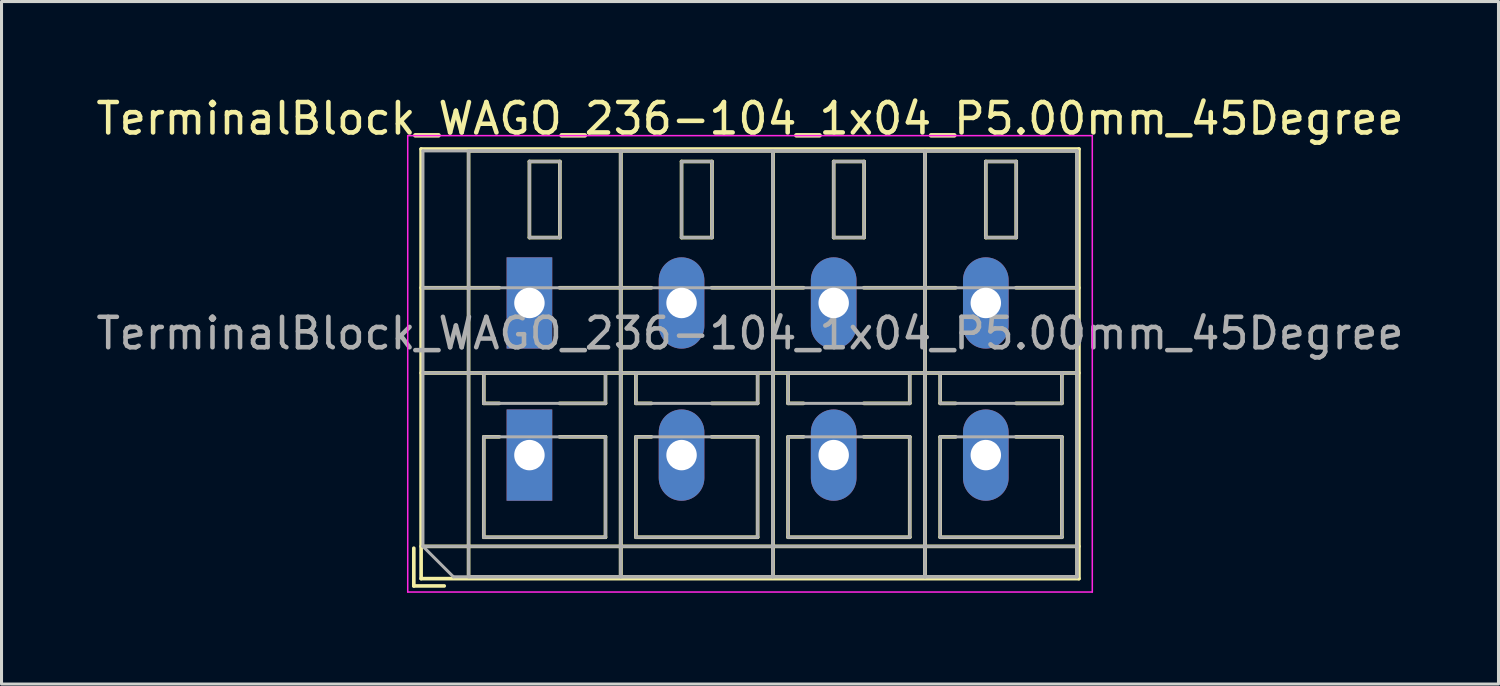
<source format=kicad_pcb>
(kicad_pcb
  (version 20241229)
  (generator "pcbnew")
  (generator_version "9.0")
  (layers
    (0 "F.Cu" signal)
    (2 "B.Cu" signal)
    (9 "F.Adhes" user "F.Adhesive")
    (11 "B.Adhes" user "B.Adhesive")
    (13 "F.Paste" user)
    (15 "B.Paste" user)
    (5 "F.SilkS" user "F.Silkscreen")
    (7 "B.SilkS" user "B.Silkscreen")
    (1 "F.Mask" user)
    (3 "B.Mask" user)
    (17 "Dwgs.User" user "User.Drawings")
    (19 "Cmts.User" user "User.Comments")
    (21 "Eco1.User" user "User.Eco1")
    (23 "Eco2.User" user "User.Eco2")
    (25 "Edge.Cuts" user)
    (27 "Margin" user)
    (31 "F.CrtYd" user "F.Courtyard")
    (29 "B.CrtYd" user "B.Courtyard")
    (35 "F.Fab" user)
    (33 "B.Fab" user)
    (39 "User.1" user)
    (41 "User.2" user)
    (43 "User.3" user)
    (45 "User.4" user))
  (footprint "TerminalBlock_WAGO_236-104_1x04_P5.00mm_45Degree"
    (layer "F.Cu")
    (at 14.351 11.908)
    (property "Reference" "TerminalBlock_WAGO_236-104_1x04_P5.00mm_45Degree" (at 7.25 -11.06 0) (layer "F.SilkS") (effects (font (size 1 1) (thickness 0.15))))
    (attr through_hole)
    (fp_line (start -3.8 3.06) (end -3.8 4.3) (stroke (width 0.12) (type solid)) (layer "F.SilkS"))
    (fp_line (start -3.8 4.3) (end -2.8 4.3) (stroke (width 0.12) (type solid)) (layer "F.SilkS"))
    (fp_line (start -3.56 -10.06) (end -3.56 4.06) (stroke (width 0.12) (type solid)) (layer "F.SilkS"))
    (fp_line (start -3.56 -10.06) (end 18.061 -10.06) (stroke (width 0.12) (type solid)) (layer "F.SilkS"))
    (fp_line (start -3.56 -5.5) (end -0.99 -5.5) (stroke (width 0.12) (type solid)) (layer "F.SilkS"))
    (fp_line (start -3.56 -2.7) (end 18.061 -2.7) (stroke (width 0.12) (type solid)) (layer "F.SilkS"))
    (fp_line (start -3.56 3) (end 18.061 3) (stroke (width 0.12) (type solid)) (layer "F.SilkS"))
    (fp_line (start -3.56 4.06) (end 18.061 4.06) (stroke (width 0.12) (type solid)) (layer "F.SilkS"))
    (fp_line (start -2 -10) (end -2 4) (stroke (width 0.12) (type solid)) (layer "F.SilkS"))
    (fp_line (start -2 -10) (end 3 -10) (stroke (width 0.12) (type solid)) (layer "F.SilkS"))
    (fp_line (start -2 4) (end 3 4) (stroke (width 0.12) (type solid)) (layer "F.SilkS"))
    (fp_line (start -1.5 -2.7) (end -1.5 -1.701) (stroke (width 0.12) (type solid)) (layer "F.SilkS"))
    (fp_line (start -1.5 -2.7) (end 2.5 -2.7) (stroke (width 0.12) (type solid)) (layer "F.SilkS"))
    (fp_line (start -1.5 -1.701) (end -0.99 -1.701) (stroke (width 0.12) (type solid)) (layer "F.SilkS"))
    (fp_line (start -1.5 -0.6) (end -1.5 2.7) (stroke (width 0.12) (type solid)) (layer "F.SilkS"))
    (fp_line (start -1.5 -0.6) (end -0.99 -0.6) (stroke (width 0.12) (type solid)) (layer "F.SilkS"))
    (fp_line (start -1.5 2.7) (end 2.5 2.7) (stroke (width 0.12) (type solid)) (layer "F.SilkS"))
    (fp_line (start 0 -9.65) (end 0 -7.15) (stroke (width 0.12) (type solid)) (layer "F.SilkS"))
    (fp_line (start 0 -9.65) (end 1 -9.65) (stroke (width 0.12) (type solid)) (layer "F.SilkS"))
    (fp_line (start 0 -7.15) (end 1 -7.15) (stroke (width 0.12) (type solid)) (layer "F.SilkS"))
    (fp_line (start 0.99 -5.5) (end 4.01 -5.5) (stroke (width 0.12) (type solid)) (layer "F.SilkS"))
    (fp_line (start 0.99 -1.701) (end 2.5 -1.701) (stroke (width 0.12) (type solid)) (layer "F.SilkS"))
    (fp_line (start 0.99 -0.6) (end 2.5 -0.6) (stroke (width 0.12) (type solid)) (layer "F.SilkS"))
    (fp_line (start 1 -9.65) (end 1 -7.15) (stroke (width 0.12) (type solid)) (layer "F.SilkS"))
    (fp_line (start 2.5 -2.7) (end 2.5 -1.701) (stroke (width 0.12) (type solid)) (layer "F.SilkS"))
    (fp_line (start 2.5 -0.6) (end 2.5 2.7) (stroke (width 0.12) (type solid)) (layer "F.SilkS"))
    (fp_line (start 3 -10) (end 3 4) (stroke (width 0.12) (type solid)) (layer "F.SilkS"))
    (fp_line (start 3 -10) (end 3 4) (stroke (width 0.12) (type solid)) (layer "F.SilkS"))
    (fp_line (start 3 -10) (end 8 -10) (stroke (width 0.12) (type solid)) (layer "F.SilkS"))
    (fp_line (start 3 4) (end 8 4) (stroke (width 0.12) (type solid)) (layer "F.SilkS"))
    (fp_line (start 3.5 -2.7) (end 3.5 -1.701) (stroke (width 0.12) (type solid)) (layer "F.SilkS"))
    (fp_line (start 3.5 -2.7) (end 7.5 -2.7) (stroke (width 0.12) (type solid)) (layer "F.SilkS"))
    (fp_line (start 3.5 -1.701) (end 4.01 -1.701) (stroke (width 0.12) (type solid)) (layer "F.SilkS"))
    (fp_line (start 3.5 -0.6) (end 3.5 2.7) (stroke (width 0.12) (type solid)) (layer "F.SilkS"))
    (fp_line (start 3.5 -0.6) (end 4.01 -0.6) (stroke (width 0.12) (type solid)) (layer "F.SilkS"))
    (fp_line (start 3.5 2.7) (end 7.5 2.7) (stroke (width 0.12) (type solid)) (layer "F.SilkS"))
    (fp_line (start 5 -9.65) (end 5 -7.15) (stroke (width 0.12) (type solid)) (layer "F.SilkS"))
    (fp_line (start 5 -9.65) (end 6 -9.65) (stroke (width 0.12) (type solid)) (layer "F.SilkS"))
    (fp_line (start 5 -7.15) (end 6 -7.15) (stroke (width 0.12) (type solid)) (layer "F.SilkS"))
    (fp_line (start 5.99 -5.5) (end 9.01 -5.5) (stroke (width 0.12) (type solid)) (layer "F.SilkS"))
    (fp_line (start 5.99 -1.701) (end 7.5 -1.701) (stroke (width 0.12) (type solid)) (layer "F.SilkS"))
    (fp_line (start 5.99 -0.6) (end 7.5 -0.6) (stroke (width 0.12) (type solid)) (layer "F.SilkS"))
    (fp_line (start 6 -9.65) (end 6 -7.15) (stroke (width 0.12) (type solid)) (layer "F.SilkS"))
    (fp_line (start 7.5 -2.7) (end 7.5 -1.701) (stroke (width 0.12) (type solid)) (layer "F.SilkS"))
    (fp_line (start 7.5 -0.6) (end 7.5 2.7) (stroke (width 0.12) (type solid)) (layer "F.SilkS"))
    (fp_line (start 8 -10) (end 8 4) (stroke (width 0.12) (type solid)) (layer "F.SilkS"))
    (fp_line (start 8 -10) (end 8 4) (stroke (width 0.12) (type solid)) (layer "F.SilkS"))
    (fp_line (start 8 -10) (end 13 -10) (stroke (width 0.12) (type solid)) (layer "F.SilkS"))
    (fp_line (start 8 4) (end 13 4) (stroke (width 0.12) (type solid)) (layer "F.SilkS"))
    (fp_line (start 8.5 -2.7) (end 8.5 -1.701) (stroke (width 0.12) (type solid)) (layer "F.SilkS"))
    (fp_line (start 8.5 -2.7) (end 12.5 -2.7) (stroke (width 0.12) (type solid)) (layer "F.SilkS"))
    (fp_line (start 8.5 -1.701) (end 9.01 -1.701) (stroke (width 0.12) (type solid)) (layer "F.SilkS"))
    (fp_line (start 8.5 -0.6) (end 8.5 2.7) (stroke (width 0.12) (type solid)) (layer "F.SilkS"))
    (fp_line (start 8.5 -0.6) (end 9.01 -0.6) (stroke (width 0.12) (type solid)) (layer "F.SilkS"))
    (fp_line (start 8.5 2.7) (end 12.5 2.7) (stroke (width 0.12) (type solid)) (layer "F.SilkS"))
    (fp_line (start 10 -9.65) (end 10 -7.15) (stroke (width 0.12) (type solid)) (layer "F.SilkS"))
    (fp_line (start 10 -9.65) (end 11 -9.65) (stroke (width 0.12) (type solid)) (layer "F.SilkS"))
    (fp_line (start 10 -7.15) (end 11 -7.15) (stroke (width 0.12) (type solid)) (layer "F.SilkS"))
    (fp_line (start 10.99 -5.5) (end 14.01 -5.5) (stroke (width 0.12) (type solid)) (layer "F.SilkS"))
    (fp_line (start 10.99 -1.701) (end 12.5 -1.701) (stroke (width 0.12) (type solid)) (layer "F.SilkS"))
    (fp_line (start 10.99 -0.6) (end 12.5 -0.6) (stroke (width 0.12) (type solid)) (layer "F.SilkS"))
    (fp_line (start 11 -9.65) (end 11 -7.15) (stroke (width 0.12) (type solid)) (layer "F.SilkS"))
    (fp_line (start 12.5 -2.7) (end 12.5 -1.701) (stroke (width 0.12) (type solid)) (layer "F.SilkS"))
    (fp_line (start 12.5 -0.6) (end 12.5 2.7) (stroke (width 0.12) (type solid)) (layer "F.SilkS"))
    (fp_line (start 13 -10) (end 13 4) (stroke (width 0.12) (type solid)) (layer "F.SilkS"))
    (fp_line (start 13 -10) (end 13 4) (stroke (width 0.12) (type solid)) (layer "F.SilkS"))
    (fp_line (start 13 -10) (end 18 -10) (stroke (width 0.12) (type solid)) (layer "F.SilkS"))
    (fp_line (start 13 4) (end 18 4) (stroke (width 0.12) (type solid)) (layer "F.SilkS"))
    (fp_line (start 13.5 -2.7) (end 13.5 -1.701) (stroke (width 0.12) (type solid)) (layer "F.SilkS"))
    (fp_line (start 13.5 -2.7) (end 17.5 -2.7) (stroke (width 0.12) (type solid)) (layer "F.SilkS"))
    (fp_line (start 13.5 -1.701) (end 14.01 -1.701) (stroke (width 0.12) (type solid)) (layer "F.SilkS"))
    (fp_line (start 13.5 -0.6) (end 13.5 2.7) (stroke (width 0.12) (type solid)) (layer "F.SilkS"))
    (fp_line (start 13.5 -0.6) (end 14.01 -0.6) (stroke (width 0.12) (type solid)) (layer "F.SilkS"))
    (fp_line (start 13.5 2.7) (end 17.5 2.7) (stroke (width 0.12) (type solid)) (layer "F.SilkS"))
    (fp_line (start 15 -9.65) (end 15 -7.15) (stroke (width 0.12) (type solid)) (layer "F.SilkS"))
    (fp_line (start 15 -9.65) (end 16 -9.65) (stroke (width 0.12) (type solid)) (layer "F.SilkS"))
    (fp_line (start 15 -7.15) (end 16 -7.15) (stroke (width 0.12) (type solid)) (layer "F.SilkS"))
    (fp_line (start 15.99 -5.5) (end 18.061 -5.5) (stroke (width 0.12) (type solid)) (layer "F.SilkS"))
    (fp_line (start 15.99 -1.701) (end 17.5 -1.701) (stroke (width 0.12) (type solid)) (layer "F.SilkS"))
    (fp_line (start 15.99 -0.6) (end 17.5 -0.6) (stroke (width 0.12) (type solid)) (layer "F.SilkS"))
    (fp_line (start 16 -9.65) (end 16 -7.15) (stroke (width 0.12) (type solid)) (layer "F.SilkS"))
    (fp_line (start 17.5 -2.7) (end 17.5 -1.701) (stroke (width 0.12) (type solid)) (layer "F.SilkS"))
    (fp_line (start 17.5 -0.6) (end 17.5 2.7) (stroke (width 0.12) (type solid)) (layer "F.SilkS"))
    (fp_line (start 18 -10) (end 18 4) (stroke (width 0.12) (type solid)) (layer "F.SilkS"))
    (fp_line (start 18.061 -10.06) (end 18.061 4.06) (stroke (width 0.12) (type solid)) (layer "F.SilkS"))
    (fp_line (start -4 -10.5) (end -4 4.5) (stroke (width 0.05) (type solid)) (layer "F.CrtYd"))
    (fp_line (start -4 4.5) (end 18.5 4.5) (stroke (width 0.05) (type solid)) (layer "F.CrtYd"))
    (fp_line (start 18.5 -10.5) (end -4 -10.5) (stroke (width 0.05) (type solid)) (layer "F.CrtYd"))
    (fp_line (start 18.5 4.5) (end 18.5 -10.5) (stroke (width 0.05) (type solid)) (layer "F.CrtYd"))
    (fp_line (start -3.5 -10) (end 18 -10) (stroke (width 0.1) (type solid)) (layer "F.Fab"))
    (fp_line (start -3.5 -5.5) (end 18 -5.5) (stroke (width 0.1) (type solid)) (layer "F.Fab"))
    (fp_line (start -3.5 -2.7) (end 18 -2.7) (stroke (width 0.1) (type solid)) (layer "F.Fab"))
    (fp_line (start -3.5 3) (end -3.5 -10) (stroke (width 0.1) (type solid)) (layer "F.Fab"))
    (fp_line (start -3.5 3) (end 18 3) (stroke (width 0.1) (type solid)) (layer "F.Fab"))
    (fp_line (start -2.5 4) (end -3.5 3) (stroke (width 0.1) (type solid)) (layer "F.Fab"))
    (fp_line (start -2 -10) (end -2 4) (stroke (width 0.1) (type solid)) (layer "F.Fab"))
    (fp_line (start -2 4) (end 3 4) (stroke (width 0.1) (type solid)) (layer "F.Fab"))
    (fp_line (start -1.5 -2.7) (end -1.5 -1.7) (stroke (width 0.1) (type solid)) (layer "F.Fab"))
    (fp_line (start -1.5 -1.7) (end 2.5 -1.7) (stroke (width 0.1) (type solid)) (layer "F.Fab"))
    (fp_line (start -1.5 -0.6) (end -1.5 2.7) (stroke (width 0.1) (type solid)) (layer "F.Fab"))
    (fp_line (start -1.5 2.7) (end 2.5 2.7) (stroke (width 0.1) (type solid)) (layer "F.Fab"))
    (fp_line (start 0 -9.65) (end 0 -7.15) (stroke (width 0.1) (type solid)) (layer "F.Fab"))
    (fp_line (start 0 -7.15) (end 1 -7.15) (stroke (width 0.1) (type solid)) (layer "F.Fab"))
    (fp_line (start 1 -9.65) (end 0 -9.65) (stroke (width 0.1) (type solid)) (layer "F.Fab"))
    (fp_line (start 1 -7.15) (end 1 -9.65) (stroke (width 0.1) (type solid)) (layer "F.Fab"))
    (fp_line (start 2.5 -2.7) (end -1.5 -2.7) (stroke (width 0.1) (type solid)) (layer "F.Fab"))
    (fp_line (start 2.5 -1.7) (end 2.5 -2.7) (stroke (width 0.1) (type solid)) (layer "F.Fab"))
    (fp_line (start 2.5 -0.6) (end -1.5 -0.6) (stroke (width 0.1) (type solid)) (layer "F.Fab"))
    (fp_line (start 2.5 2.7) (end 2.5 -0.6) (stroke (width 0.1) (type solid)) (layer "F.Fab"))
    (fp_line (start 3 -10) (end -2 -10) (stroke (width 0.1) (type solid)) (layer "F.Fab"))
    (fp_line (start 3 -10) (end 3 4) (stroke (width 0.1) (type solid)) (layer "F.Fab"))
    (fp_line (start 3 4) (end 3 -10) (stroke (width 0.1) (type solid)) (layer "F.Fab"))
    (fp_line (start 3 4) (end 8 4) (stroke (width 0.1) (type solid)) (layer "F.Fab"))
    (fp_line (start 3.5 -2.7) (end 3.5 -1.7) (stroke (width 0.1) (type solid)) (layer "F.Fab"))
    (fp_line (start 3.5 -1.7) (end 7.5 -1.7) (stroke (width 0.1) (type solid)) (layer "F.Fab"))
    (fp_line (start 3.5 -0.6) (end 3.5 2.7) (stroke (width 0.1) (type solid)) (layer "F.Fab"))
    (fp_line (start 3.5 2.7) (end 7.5 2.7) (stroke (width 0.1) (type solid)) (layer "F.Fab"))
    (fp_line (start 5 -9.65) (end 5 -7.15) (stroke (width 0.1) (type solid)) (layer "F.Fab"))
    (fp_line (start 5 -7.15) (end 6 -7.15) (stroke (width 0.1) (type solid)) (layer "F.Fab"))
    (fp_line (start 6 -9.65) (end 5 -9.65) (stroke (width 0.1) (type solid)) (layer "F.Fab"))
    (fp_line (start 6 -7.15) (end 6 -9.65) (stroke (width 0.1) (type solid)) (layer "F.Fab"))
    (fp_line (start 7.5 -2.7) (end 3.5 -2.7) (stroke (width 0.1) (type solid)) (layer "F.Fab"))
    (fp_line (start 7.5 -1.7) (end 7.5 -2.7) (stroke (width 0.1) (type solid)) (layer "F.Fab"))
    (fp_line (start 7.5 -0.6) (end 3.5 -0.6) (stroke (width 0.1) (type solid)) (layer "F.Fab"))
    (fp_line (start 7.5 2.7) (end 7.5 -0.6) (stroke (width 0.1) (type solid)) (layer "F.Fab"))
    (fp_line (start 8 -10) (end 3 -10) (stroke (width 0.1) (type solid)) (layer "F.Fab"))
    (fp_line (start 8 -10) (end 8 4) (stroke (width 0.1) (type solid)) (layer "F.Fab"))
    (fp_line (start 8 4) (end 8 -10) (stroke (width 0.1) (type solid)) (layer "F.Fab"))
    (fp_line (start 8 4) (end 13 4) (stroke (width 0.1) (type solid)) (layer "F.Fab"))
    (fp_line (start 8.5 -2.7) (end 8.5 -1.7) (stroke (width 0.1) (type solid)) (layer "F.Fab"))
    (fp_line (start 8.5 -1.7) (end 12.5 -1.7) (stroke (width 0.1) (type solid)) (layer "F.Fab"))
    (fp_line (start 8.5 -0.6) (end 8.5 2.7) (stroke (width 0.1) (type solid)) (layer "F.Fab"))
    (fp_line (start 8.5 2.7) (end 12.5 2.7) (stroke (width 0.1) (type solid)) (layer "F.Fab"))
    (fp_line (start 10 -9.65) (end 10 -7.15) (stroke (width 0.1) (type solid)) (layer "F.Fab"))
    (fp_line (start 10 -7.15) (end 11 -7.15) (stroke (width 0.1) (type solid)) (layer "F.Fab"))
    (fp_line (start 11 -9.65) (end 10 -9.65) (stroke (width 0.1) (type solid)) (layer "F.Fab"))
    (fp_line (start 11 -7.15) (end 11 -9.65) (stroke (width 0.1) (type solid)) (layer "F.Fab"))
    (fp_line (start 12.5 -2.7) (end 8.5 -2.7) (stroke (width 0.1) (type solid)) (layer "F.Fab"))
    (fp_line (start 12.5 -1.7) (end 12.5 -2.7) (stroke (width 0.1) (type solid)) (layer "F.Fab"))
    (fp_line (start 12.5 -0.6) (end 8.5 -0.6) (stroke (width 0.1) (type solid)) (layer "F.Fab"))
    (fp_line (start 12.5 2.7) (end 12.5 -0.6) (stroke (width 0.1) (type solid)) (layer "F.Fab"))
    (fp_line (start 13 -10) (end 8 -10) (stroke (width 0.1) (type solid)) (layer "F.Fab"))
    (fp_line (start 13 -10) (end 13 4) (stroke (width 0.1) (type solid)) (layer "F.Fab"))
    (fp_line (start 13 4) (end 13 -10) (stroke (width 0.1) (type solid)) (layer "F.Fab"))
    (fp_line (start 13 4) (end 18 4) (stroke (width 0.1) (type solid)) (layer "F.Fab"))
    (fp_line (start 13.5 -2.7) (end 13.5 -1.7) (stroke (width 0.1) (type solid)) (layer "F.Fab"))
    (fp_line (start 13.5 -1.7) (end 17.5 -1.7) (stroke (width 0.1) (type solid)) (layer "F.Fab"))
    (fp_line (start 13.5 -0.6) (end 13.5 2.7) (stroke (width 0.1) (type solid)) (layer "F.Fab"))
    (fp_line (start 13.5 2.7) (end 17.5 2.7) (stroke (width 0.1) (type solid)) (layer "F.Fab"))
    (fp_line (start 15 -9.65) (end 15 -7.15) (stroke (width 0.1) (type solid)) (layer "F.Fab"))
    (fp_line (start 15 -7.15) (end 16 -7.15) (stroke (width 0.1) (type solid)) (layer "F.Fab"))
    (fp_line (start 16 -9.65) (end 15 -9.65) (stroke (width 0.1) (type solid)) (layer "F.Fab"))
    (fp_line (start 16 -7.15) (end 16 -9.65) (stroke (width 0.1) (type solid)) (layer "F.Fab"))
    (fp_line (start 17.5 -2.7) (end 13.5 -2.7) (stroke (width 0.1) (type solid)) (layer "F.Fab"))
    (fp_line (start 17.5 -1.7) (end 17.5 -2.7) (stroke (width 0.1) (type solid)) (layer "F.Fab"))
    (fp_line (start 17.5 -0.6) (end 13.5 -0.6) (stroke (width 0.1) (type solid)) (layer "F.Fab"))
    (fp_line (start 17.5 2.7) (end 17.5 -0.6) (stroke (width 0.1) (type solid)) (layer "F.Fab"))
    (fp_line (start 18 -10) (end 13 -10) (stroke (width 0.1) (type solid)) (layer "F.Fab"))
    (fp_line (start 18 -10) (end 18 4) (stroke (width 0.1) (type solid)) (layer "F.Fab"))
    (fp_line (start 18 4) (end -2.5 4) (stroke (width 0.1) (type solid)) (layer "F.Fab"))
    (fp_line (start 18 4) (end 18 -10) (stroke (width 0.1) (type solid)) (layer "F.Fab"))
    (fp_text user "${REFERENCE}" (at 7.25 -4 0) (layer "F.Fab") (effects (font (size 1 1) (thickness 0.15))))
    (pad "1" thru_hole rect (at 0 -5) (size 1.5 3) (drill 1) (layers "*.Cu" "*.Mask"))
    (pad "1" thru_hole rect (at 0 0) (size 1.5 3) (drill 1) (layers "*.Cu" "*.Mask"))
    (pad "2" thru_hole oval (at 5 -5) (size 1.5 3) (drill 1) (layers "*.Cu" "*.Mask"))
    (pad "2" thru_hole oval (at 5 0) (size 1.5 3) (drill 1) (layers "*.Cu" "*.Mask"))
    (pad "3" thru_hole oval (at 10 -5) (size 1.5 3) (drill 1) (layers "*.Cu" "*.Mask"))
    (pad "3" thru_hole oval (at 10 0) (size 1.5 3) (drill 1) (layers "*.Cu" "*.Mask"))
    (pad "4" thru_hole oval (at 15 -5) (size 1.5 3) (drill 1) (layers "*.Cu" "*.Mask"))
    (pad "4" thru_hole oval (at 15 0) (size 1.5 3) (drill 1) (layers "*.Cu" "*.Mask")))
  (gr_rect
    (start -3 -3)
    (end 46.202 19.433)
    (stroke (width 0.1) (type default))
    (fill no)
    (layer "Edge.Cuts")))
</source>
